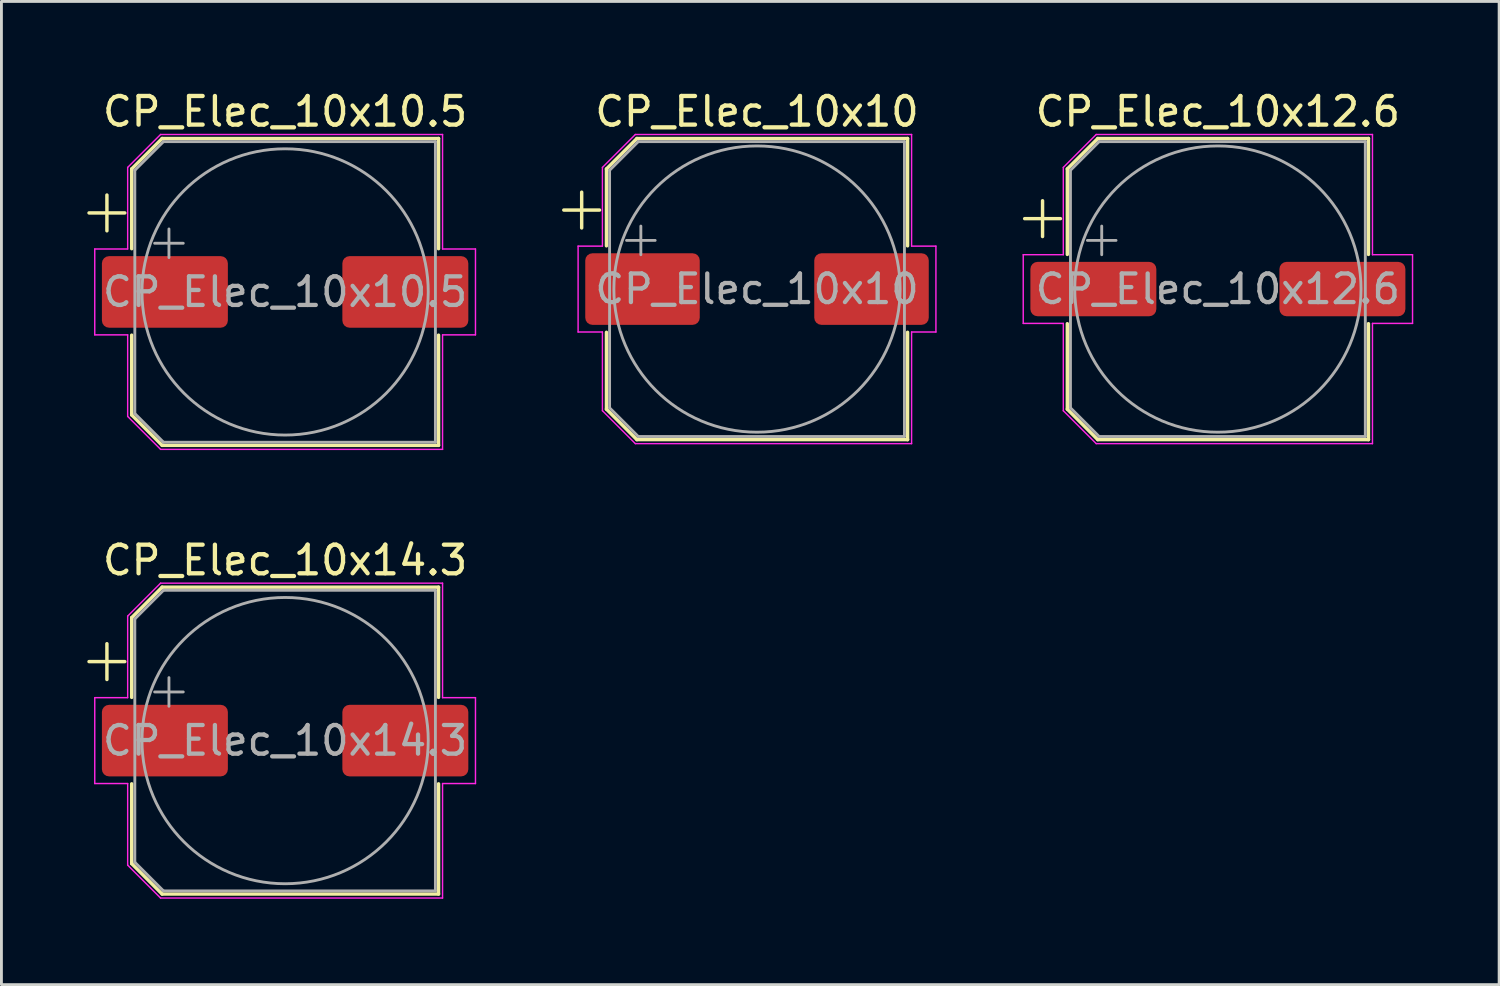
<source format=kicad_pcb>
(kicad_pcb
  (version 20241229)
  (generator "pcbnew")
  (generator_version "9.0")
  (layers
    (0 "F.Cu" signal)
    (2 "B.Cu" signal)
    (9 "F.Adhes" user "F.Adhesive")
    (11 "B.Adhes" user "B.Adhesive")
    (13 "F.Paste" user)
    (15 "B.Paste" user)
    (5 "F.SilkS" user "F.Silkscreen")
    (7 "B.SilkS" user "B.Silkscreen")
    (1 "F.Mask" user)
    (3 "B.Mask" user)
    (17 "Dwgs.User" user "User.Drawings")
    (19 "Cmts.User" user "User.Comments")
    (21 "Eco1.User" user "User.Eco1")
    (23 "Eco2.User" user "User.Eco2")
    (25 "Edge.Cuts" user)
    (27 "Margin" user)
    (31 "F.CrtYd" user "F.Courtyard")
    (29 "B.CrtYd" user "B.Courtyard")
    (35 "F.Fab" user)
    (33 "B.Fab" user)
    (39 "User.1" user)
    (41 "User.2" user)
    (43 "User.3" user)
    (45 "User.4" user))
  (footprint "CP_Elec_10x10.5"
    (layer "F.Cu")
    (at 6.91 7.148)
    (property "Reference" "CP_Elec_10x10.5" (at 0 -6.3 0) (layer "F.SilkS") (effects (font (size 1 1) (thickness 0.15))))
    (attr smd)
    (fp_line (start -6.85 -2.76) (end -5.6 -2.76) (stroke (width 0.12) (type solid)) (layer "F.SilkS"))
    (fp_line (start -6.225 -3.385) (end -6.225 -2.135) (stroke (width 0.12) (type solid)) (layer "F.SilkS"))
    (fp_line (start -5.36 -4.296) (end -5.36 -1.51) (stroke (width 0.12) (type solid)) (layer "F.SilkS"))
    (fp_line (start -5.36 -4.296) (end -4.296 -5.36) (stroke (width 0.12) (type solid)) (layer "F.SilkS"))
    (fp_line (start -5.36 4.296) (end -5.36 1.51) (stroke (width 0.12) (type solid)) (layer "F.SilkS"))
    (fp_line (start -5.36 4.296) (end -4.296 5.36) (stroke (width 0.12) (type solid)) (layer "F.SilkS"))
    (fp_line (start -4.296 -5.36) (end 5.36 -5.36) (stroke (width 0.12) (type solid)) (layer "F.SilkS"))
    (fp_line (start -4.296 5.36) (end 5.36 5.36) (stroke (width 0.12) (type solid)) (layer "F.SilkS"))
    (fp_line (start 5.36 -5.36) (end 5.36 -1.51) (stroke (width 0.12) (type solid)) (layer "F.SilkS"))
    (fp_line (start 5.36 5.36) (end 5.36 1.51) (stroke (width 0.12) (type solid)) (layer "F.SilkS"))
    (fp_line (start -6.65 -1.5) (end -6.65 1.5) (stroke (width 0.05) (type solid)) (layer "F.CrtYd"))
    (fp_line (start -6.65 1.5) (end -5.5 1.5) (stroke (width 0.05) (type solid)) (layer "F.CrtYd"))
    (fp_line (start -5.5 -4.35) (end -5.5 -1.5) (stroke (width 0.05) (type solid)) (layer "F.CrtYd"))
    (fp_line (start -5.5 -4.35) (end -4.35 -5.5) (stroke (width 0.05) (type solid)) (layer "F.CrtYd"))
    (fp_line (start -5.5 -1.5) (end -6.65 -1.5) (stroke (width 0.05) (type solid)) (layer "F.CrtYd"))
    (fp_line (start -5.5 1.5) (end -5.5 4.35) (stroke (width 0.05) (type solid)) (layer "F.CrtYd"))
    (fp_line (start -5.5 4.35) (end -4.35 5.5) (stroke (width 0.05) (type solid)) (layer "F.CrtYd"))
    (fp_line (start -4.35 -5.5) (end 5.5 -5.5) (stroke (width 0.05) (type solid)) (layer "F.CrtYd"))
    (fp_line (start -4.35 5.5) (end 5.5 5.5) (stroke (width 0.05) (type solid)) (layer "F.CrtYd"))
    (fp_line (start 5.5 -5.5) (end 5.5 -1.5) (stroke (width 0.05) (type solid)) (layer "F.CrtYd"))
    (fp_line (start 5.5 -1.5) (end 6.65 -1.5) (stroke (width 0.05) (type solid)) (layer "F.CrtYd"))
    (fp_line (start 5.5 1.5) (end 5.5 5.5) (stroke (width 0.05) (type solid)) (layer "F.CrtYd"))
    (fp_line (start 6.65 -1.5) (end 6.65 1.5) (stroke (width 0.05) (type solid)) (layer "F.CrtYd"))
    (fp_line (start 6.65 1.5) (end 5.5 1.5) (stroke (width 0.05) (type solid)) (layer "F.CrtYd"))
    (fp_line (start -5.25 -4.25) (end -5.25 4.25) (stroke (width 0.1) (type solid)) (layer "F.Fab"))
    (fp_line (start -5.25 -4.25) (end -4.25 -5.25) (stroke (width 0.1) (type solid)) (layer "F.Fab"))
    (fp_line (start -5.25 4.25) (end -4.25 5.25) (stroke (width 0.1) (type solid)) (layer "F.Fab"))
    (fp_line (start -4.558 -1.7) (end -3.558 -1.7) (stroke (width 0.1) (type solid)) (layer "F.Fab"))
    (fp_line (start -4.25 -5.25) (end 5.25 -5.25) (stroke (width 0.1) (type solid)) (layer "F.Fab"))
    (fp_line (start -4.25 5.25) (end 5.25 5.25) (stroke (width 0.1) (type solid)) (layer "F.Fab"))
    (fp_line (start -4.058 -2.2) (end -4.058 -1.2) (stroke (width 0.1) (type solid)) (layer "F.Fab"))
    (fp_line (start 5.25 -5.25) (end 5.25 5.25) (stroke (width 0.1) (type solid)) (layer "F.Fab"))
    (fp_circle (center 0 0) (end 5 0) (stroke (width 0.1) (type solid)) (fill no) (layer "F.Fab"))
    (fp_text user "${REFERENCE}" (at 0 0 0) (layer "F.Fab") (effects (font (size 1 1) (thickness 0.15))))
    (pad "1" smd roundrect (at -4.2 0) (size 4.4 2.5) (layers "F.Cu" "F.Mask" "F.Paste") (roundrect_rratio 0.1))
    (pad "2" smd roundrect (at 4.2 0) (size 4.4 2.5) (layers "F.Cu" "F.Mask" "F.Paste") (roundrect_rratio 0.1)))
  (footprint "CP_Elec_10x12.6"
    (layer "F.Cu")
    (at 39.495 7.048)
    (property "Reference" "CP_Elec_10x12.6" (at 0 -6.2 0) (layer "F.SilkS") (effects (font (size 1 1) (thickness 0.15))))
    (attr smd)
    (fp_line (start -6.75 -2.46) (end -5.5 -2.46) (stroke (width 0.12) (type solid)) (layer "F.SilkS"))
    (fp_line (start -6.125 -3.085) (end -6.125 -1.835) (stroke (width 0.12) (type solid)) (layer "F.SilkS"))
    (fp_line (start -5.26 -4.196) (end -5.26 -1.21) (stroke (width 0.12) (type solid)) (layer "F.SilkS"))
    (fp_line (start -5.26 -4.196) (end -4.196 -5.26) (stroke (width 0.12) (type solid)) (layer "F.SilkS"))
    (fp_line (start -5.26 4.196) (end -5.26 1.21) (stroke (width 0.12) (type solid)) (layer "F.SilkS"))
    (fp_line (start -5.26 4.196) (end -4.196 5.26) (stroke (width 0.12) (type solid)) (layer "F.SilkS"))
    (fp_line (start -4.196 -5.26) (end 5.26 -5.26) (stroke (width 0.12) (type solid)) (layer "F.SilkS"))
    (fp_line (start -4.196 5.26) (end 5.26 5.26) (stroke (width 0.12) (type solid)) (layer "F.SilkS"))
    (fp_line (start 5.26 -5.26) (end 5.26 -1.21) (stroke (width 0.12) (type solid)) (layer "F.SilkS"))
    (fp_line (start 5.26 5.26) (end 5.26 1.21) (stroke (width 0.12) (type solid)) (layer "F.SilkS"))
    (fp_line (start -6.8 -1.2) (end -6.8 1.2) (stroke (width 0.05) (type solid)) (layer "F.CrtYd"))
    (fp_line (start -6.8 1.2) (end -5.4 1.2) (stroke (width 0.05) (type solid)) (layer "F.CrtYd"))
    (fp_line (start -5.4 -4.25) (end -5.4 -1.2) (stroke (width 0.05) (type solid)) (layer "F.CrtYd"))
    (fp_line (start -5.4 -4.25) (end -4.25 -5.4) (stroke (width 0.05) (type solid)) (layer "F.CrtYd"))
    (fp_line (start -5.4 -1.2) (end -6.8 -1.2) (stroke (width 0.05) (type solid)) (layer "F.CrtYd"))
    (fp_line (start -5.4 1.2) (end -5.4 4.25) (stroke (width 0.05) (type solid)) (layer "F.CrtYd"))
    (fp_line (start -5.4 4.25) (end -4.25 5.4) (stroke (width 0.05) (type solid)) (layer "F.CrtYd"))
    (fp_line (start -4.25 -5.4) (end 5.4 -5.4) (stroke (width 0.05) (type solid)) (layer "F.CrtYd"))
    (fp_line (start -4.25 5.4) (end 5.4 5.4) (stroke (width 0.05) (type solid)) (layer "F.CrtYd"))
    (fp_line (start 5.4 -5.4) (end 5.4 -1.2) (stroke (width 0.05) (type solid)) (layer "F.CrtYd"))
    (fp_line (start 5.4 -1.2) (end 6.8 -1.2) (stroke (width 0.05) (type solid)) (layer "F.CrtYd"))
    (fp_line (start 5.4 1.2) (end 5.4 5.4) (stroke (width 0.05) (type solid)) (layer "F.CrtYd"))
    (fp_line (start 6.8 -1.2) (end 6.8 1.2) (stroke (width 0.05) (type solid)) (layer "F.CrtYd"))
    (fp_line (start 6.8 1.2) (end 5.4 1.2) (stroke (width 0.05) (type solid)) (layer "F.CrtYd"))
    (fp_line (start -5.15 -4.15) (end -5.15 4.15) (stroke (width 0.1) (type solid)) (layer "F.Fab"))
    (fp_line (start -5.15 -4.15) (end -4.15 -5.15) (stroke (width 0.1) (type solid)) (layer "F.Fab"))
    (fp_line (start -5.15 4.15) (end -4.15 5.15) (stroke (width 0.1) (type solid)) (layer "F.Fab"))
    (fp_line (start -4.558 -1.7) (end -3.558 -1.7) (stroke (width 0.1) (type solid)) (layer "F.Fab"))
    (fp_line (start -4.15 -5.15) (end 5.15 -5.15) (stroke (width 0.1) (type solid)) (layer "F.Fab"))
    (fp_line (start -4.15 5.15) (end 5.15 5.15) (stroke (width 0.1) (type solid)) (layer "F.Fab"))
    (fp_line (start -4.058 -2.2) (end -4.058 -1.2) (stroke (width 0.1) (type solid)) (layer "F.Fab"))
    (fp_line (start 5.15 -5.15) (end 5.15 5.15) (stroke (width 0.1) (type solid)) (layer "F.Fab"))
    (fp_circle (center 0 0) (end 5 0) (stroke (width 0.1) (type solid)) (fill no) (layer "F.Fab"))
    (fp_text user "${REFERENCE}" (at 0 0 0) (layer "F.Fab") (effects (font (size 1 1) (thickness 0.15))))
    (pad "1" smd roundrect (at -4.35 0) (size 4.4 1.9) (layers "F.Cu" "F.Mask" "F.Paste") (roundrect_rratio 0.132))
    (pad "2" smd roundrect (at 4.35 0) (size 4.4 1.9) (layers "F.Cu" "F.Mask" "F.Paste") (roundrect_rratio 0.132)))
  (footprint "CP_Elec_10x14.3"
    (layer "F.Cu")
    (at 6.91 22.822)
    (property "Reference" "CP_Elec_10x14.3" (at 0 -6.3 0) (layer "F.SilkS") (effects (font (size 1 1) (thickness 0.15))))
    (attr smd)
    (fp_line (start -6.85 -2.76) (end -5.6 -2.76) (stroke (width 0.12) (type solid)) (layer "F.SilkS"))
    (fp_line (start -6.225 -3.385) (end -6.225 -2.135) (stroke (width 0.12) (type solid)) (layer "F.SilkS"))
    (fp_line (start -5.36 -4.296) (end -5.36 -1.51) (stroke (width 0.12) (type solid)) (layer "F.SilkS"))
    (fp_line (start -5.36 -4.296) (end -4.296 -5.36) (stroke (width 0.12) (type solid)) (layer "F.SilkS"))
    (fp_line (start -5.36 4.296) (end -5.36 1.51) (stroke (width 0.12) (type solid)) (layer "F.SilkS"))
    (fp_line (start -5.36 4.296) (end -4.296 5.36) (stroke (width 0.12) (type solid)) (layer "F.SilkS"))
    (fp_line (start -4.296 -5.36) (end 5.36 -5.36) (stroke (width 0.12) (type solid)) (layer "F.SilkS"))
    (fp_line (start -4.296 5.36) (end 5.36 5.36) (stroke (width 0.12) (type solid)) (layer "F.SilkS"))
    (fp_line (start 5.36 -5.36) (end 5.36 -1.51) (stroke (width 0.12) (type solid)) (layer "F.SilkS"))
    (fp_line (start 5.36 5.36) (end 5.36 1.51) (stroke (width 0.12) (type solid)) (layer "F.SilkS"))
    (fp_line (start -6.65 -1.5) (end -6.65 1.5) (stroke (width 0.05) (type solid)) (layer "F.CrtYd"))
    (fp_line (start -6.65 1.5) (end -5.5 1.5) (stroke (width 0.05) (type solid)) (layer "F.CrtYd"))
    (fp_line (start -5.5 -4.35) (end -5.5 -1.5) (stroke (width 0.05) (type solid)) (layer "F.CrtYd"))
    (fp_line (start -5.5 -4.35) (end -4.35 -5.5) (stroke (width 0.05) (type solid)) (layer "F.CrtYd"))
    (fp_line (start -5.5 -1.5) (end -6.65 -1.5) (stroke (width 0.05) (type solid)) (layer "F.CrtYd"))
    (fp_line (start -5.5 1.5) (end -5.5 4.35) (stroke (width 0.05) (type solid)) (layer "F.CrtYd"))
    (fp_line (start -5.5 4.35) (end -4.35 5.5) (stroke (width 0.05) (type solid)) (layer "F.CrtYd"))
    (fp_line (start -4.35 -5.5) (end 5.5 -5.5) (stroke (width 0.05) (type solid)) (layer "F.CrtYd"))
    (fp_line (start -4.35 5.5) (end 5.5 5.5) (stroke (width 0.05) (type solid)) (layer "F.CrtYd"))
    (fp_line (start 5.5 -5.5) (end 5.5 -1.5) (stroke (width 0.05) (type solid)) (layer "F.CrtYd"))
    (fp_line (start 5.5 -1.5) (end 6.65 -1.5) (stroke (width 0.05) (type solid)) (layer "F.CrtYd"))
    (fp_line (start 5.5 1.5) (end 5.5 5.5) (stroke (width 0.05) (type solid)) (layer "F.CrtYd"))
    (fp_line (start 6.65 -1.5) (end 6.65 1.5) (stroke (width 0.05) (type solid)) (layer "F.CrtYd"))
    (fp_line (start 6.65 1.5) (end 5.5 1.5) (stroke (width 0.05) (type solid)) (layer "F.CrtYd"))
    (fp_line (start -5.25 -4.25) (end -5.25 4.25) (stroke (width 0.1) (type solid)) (layer "F.Fab"))
    (fp_line (start -5.25 -4.25) (end -4.25 -5.25) (stroke (width 0.1) (type solid)) (layer "F.Fab"))
    (fp_line (start -5.25 4.25) (end -4.25 5.25) (stroke (width 0.1) (type solid)) (layer "F.Fab"))
    (fp_line (start -4.558 -1.7) (end -3.558 -1.7) (stroke (width 0.1) (type solid)) (layer "F.Fab"))
    (fp_line (start -4.25 -5.25) (end 5.25 -5.25) (stroke (width 0.1) (type solid)) (layer "F.Fab"))
    (fp_line (start -4.25 5.25) (end 5.25 5.25) (stroke (width 0.1) (type solid)) (layer "F.Fab"))
    (fp_line (start -4.058 -2.2) (end -4.058 -1.2) (stroke (width 0.1) (type solid)) (layer "F.Fab"))
    (fp_line (start 5.25 -5.25) (end 5.25 5.25) (stroke (width 0.1) (type solid)) (layer "F.Fab"))
    (fp_circle (center 0 0) (end 5 0) (stroke (width 0.1) (type solid)) (fill no) (layer "F.Fab"))
    (fp_text user "${REFERENCE}" (at 0 0 0) (layer "F.Fab") (effects (font (size 1 1) (thickness 0.15))))
    (pad "1" smd roundrect (at -4.2 0) (size 4.4 2.5) (layers "F.Cu" "F.Mask" "F.Paste") (roundrect_rratio 0.1))
    (pad "2" smd roundrect (at 4.2 0) (size 4.4 2.5) (layers "F.Cu" "F.Mask" "F.Paste") (roundrect_rratio 0.1)))
  (footprint "CP_Elec_10x10"
    (layer "F.Cu")
    (at 23.395 7.048)
    (property "Reference" "CP_Elec_10x10" (at 0 -6.2 0) (layer "F.SilkS") (effects (font (size 1 1) (thickness 0.15))))
    (attr smd)
    (fp_line (start -6.75 -2.76) (end -5.5 -2.76) (stroke (width 0.12) (type solid)) (layer "F.SilkS"))
    (fp_line (start -6.125 -3.385) (end -6.125 -2.135) (stroke (width 0.12) (type solid)) (layer "F.SilkS"))
    (fp_line (start -5.26 -4.196) (end -5.26 -1.51) (stroke (width 0.12) (type solid)) (layer "F.SilkS"))
    (fp_line (start -5.26 -4.196) (end -4.196 -5.26) (stroke (width 0.12) (type solid)) (layer "F.SilkS"))
    (fp_line (start -5.26 4.196) (end -5.26 1.51) (stroke (width 0.12) (type solid)) (layer "F.SilkS"))
    (fp_line (start -5.26 4.196) (end -4.196 5.26) (stroke (width 0.12) (type solid)) (layer "F.SilkS"))
    (fp_line (start -4.196 -5.26) (end 5.26 -5.26) (stroke (width 0.12) (type solid)) (layer "F.SilkS"))
    (fp_line (start -4.196 5.26) (end 5.26 5.26) (stroke (width 0.12) (type solid)) (layer "F.SilkS"))
    (fp_line (start 5.26 -5.26) (end 5.26 -1.51) (stroke (width 0.12) (type solid)) (layer "F.SilkS"))
    (fp_line (start 5.26 5.26) (end 5.26 1.51) (stroke (width 0.12) (type solid)) (layer "F.SilkS"))
    (fp_line (start -6.25 -1.5) (end -6.25 1.5) (stroke (width 0.05) (type solid)) (layer "F.CrtYd"))
    (fp_line (start -6.25 1.5) (end -5.4 1.5) (stroke (width 0.05) (type solid)) (layer "F.CrtYd"))
    (fp_line (start -5.4 -4.25) (end -5.4 -1.5) (stroke (width 0.05) (type solid)) (layer "F.CrtYd"))
    (fp_line (start -5.4 -4.25) (end -4.25 -5.4) (stroke (width 0.05) (type solid)) (layer "F.CrtYd"))
    (fp_line (start -5.4 -1.5) (end -6.25 -1.5) (stroke (width 0.05) (type solid)) (layer "F.CrtYd"))
    (fp_line (start -5.4 1.5) (end -5.4 4.25) (stroke (width 0.05) (type solid)) (layer "F.CrtYd"))
    (fp_line (start -5.4 4.25) (end -4.25 5.4) (stroke (width 0.05) (type solid)) (layer "F.CrtYd"))
    (fp_line (start -4.25 -5.4) (end 5.4 -5.4) (stroke (width 0.05) (type solid)) (layer "F.CrtYd"))
    (fp_line (start -4.25 5.4) (end 5.4 5.4) (stroke (width 0.05) (type solid)) (layer "F.CrtYd"))
    (fp_line (start 5.4 -5.4) (end 5.4 -1.5) (stroke (width 0.05) (type solid)) (layer "F.CrtYd"))
    (fp_line (start 5.4 -1.5) (end 6.25 -1.5) (stroke (width 0.05) (type solid)) (layer "F.CrtYd"))
    (fp_line (start 5.4 1.5) (end 5.4 5.4) (stroke (width 0.05) (type solid)) (layer "F.CrtYd"))
    (fp_line (start 6.25 -1.5) (end 6.25 1.5) (stroke (width 0.05) (type solid)) (layer "F.CrtYd"))
    (fp_line (start 6.25 1.5) (end 5.4 1.5) (stroke (width 0.05) (type solid)) (layer "F.CrtYd"))
    (fp_line (start -5.15 -4.15) (end -5.15 4.15) (stroke (width 0.1) (type solid)) (layer "F.Fab"))
    (fp_line (start -5.15 -4.15) (end -4.15 -5.15) (stroke (width 0.1) (type solid)) (layer "F.Fab"))
    (fp_line (start -5.15 4.15) (end -4.15 5.15) (stroke (width 0.1) (type solid)) (layer "F.Fab"))
    (fp_line (start -4.558 -1.7) (end -3.558 -1.7) (stroke (width 0.1) (type solid)) (layer "F.Fab"))
    (fp_line (start -4.15 -5.15) (end 5.15 -5.15) (stroke (width 0.1) (type solid)) (layer "F.Fab"))
    (fp_line (start -4.15 5.15) (end 5.15 5.15) (stroke (width 0.1) (type solid)) (layer "F.Fab"))
    (fp_line (start -4.058 -2.2) (end -4.058 -1.2) (stroke (width 0.1) (type solid)) (layer "F.Fab"))
    (fp_line (start 5.15 -5.15) (end 5.15 5.15) (stroke (width 0.1) (type solid)) (layer "F.Fab"))
    (fp_circle (center 0 0) (end 5 0) (stroke (width 0.1) (type solid)) (fill no) (layer "F.Fab"))
    (fp_text user "${REFERENCE}" (at 0 0 0) (layer "F.Fab") (effects (font (size 1 1) (thickness 0.15))))
    (pad "1" smd roundrect (at -4 0) (size 4 2.5) (layers "F.Cu" "F.Mask" "F.Paste") (roundrect_rratio 0.1))
    (pad "2" smd roundrect (at 4 0) (size 4 2.5) (layers "F.Cu" "F.Mask" "F.Paste") (roundrect_rratio 0.1)))
  (gr_rect
    (start -3 -3)
    (end 49.32 31.346)
    (stroke (width 0.1) (type default))
    (fill no)
    (layer "Edge.Cuts")))
</source>
